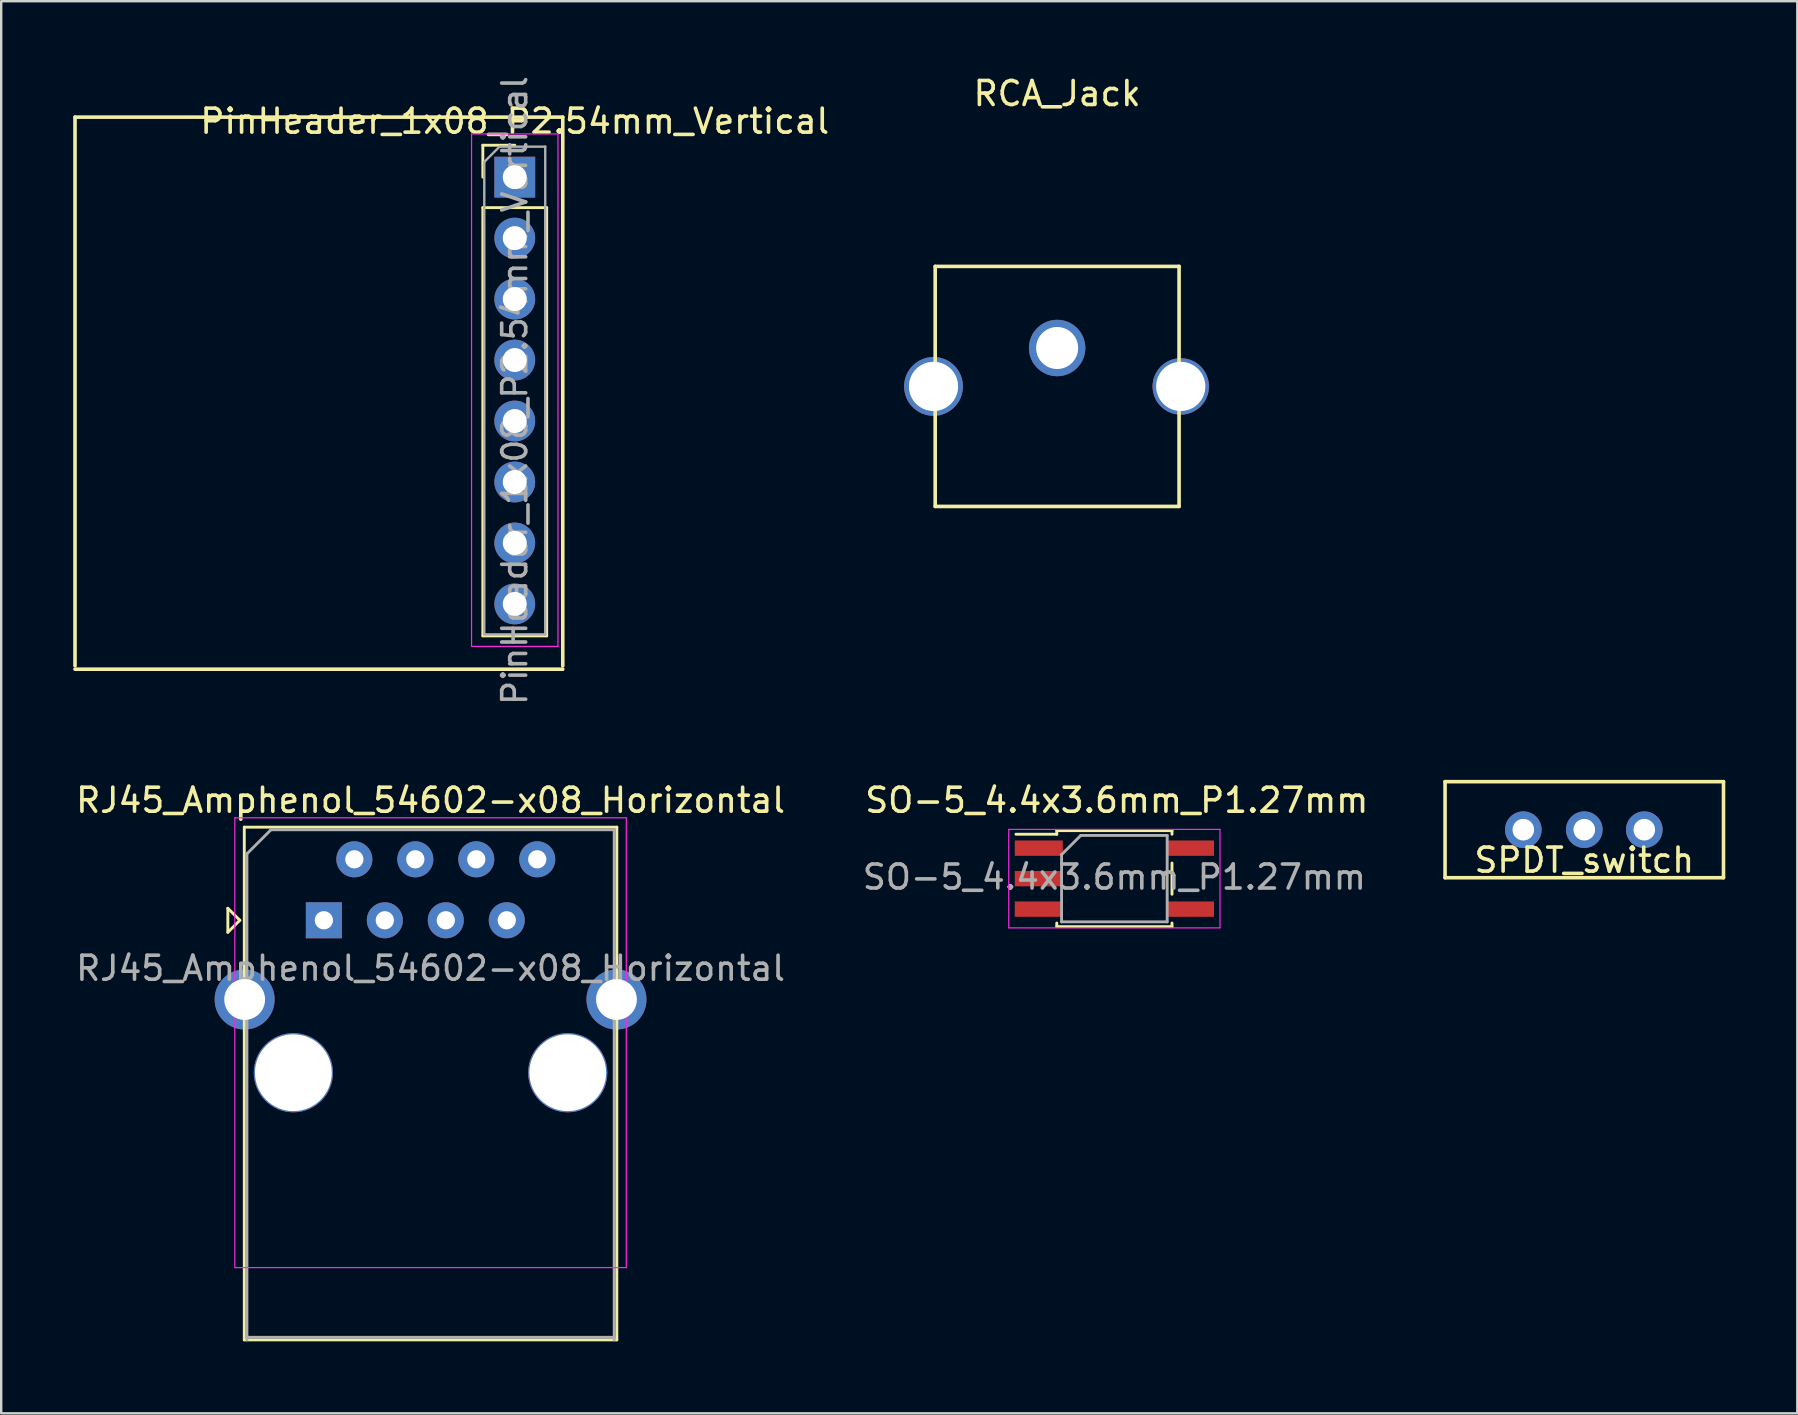
<source format=kicad_pcb>
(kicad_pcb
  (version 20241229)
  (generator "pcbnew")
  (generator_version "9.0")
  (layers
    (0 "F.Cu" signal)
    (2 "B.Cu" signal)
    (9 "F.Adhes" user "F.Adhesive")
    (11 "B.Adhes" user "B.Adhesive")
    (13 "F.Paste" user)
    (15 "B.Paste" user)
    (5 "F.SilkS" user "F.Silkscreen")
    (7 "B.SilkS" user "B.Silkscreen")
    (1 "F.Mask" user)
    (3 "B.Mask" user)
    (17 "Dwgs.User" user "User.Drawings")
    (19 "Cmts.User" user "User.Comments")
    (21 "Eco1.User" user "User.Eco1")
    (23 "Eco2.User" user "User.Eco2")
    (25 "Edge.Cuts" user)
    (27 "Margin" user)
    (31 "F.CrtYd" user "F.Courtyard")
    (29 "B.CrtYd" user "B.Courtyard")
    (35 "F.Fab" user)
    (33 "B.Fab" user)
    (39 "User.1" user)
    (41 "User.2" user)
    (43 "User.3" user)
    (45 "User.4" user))
  (footprint "SPDT_switch"
    (layer "F.Cu")
    (at 62.951 31.515)
    (property "Reference" "SPDT_switch" (at 0 1.27 0) (layer "F.SilkS") (effects (font (size 1 1) (thickness 0.15))))
    (attr through_hole)
    (fp_line (start -5.8 -2) (end -5.8 2) (stroke (width 0.15) (type solid)) (layer "F.SilkS"))
    (fp_line (start -5.8 -2) (end 5.8 -2) (stroke (width 0.15) (type solid)) (layer "F.SilkS"))
    (fp_line (start -5.8 2) (end 5.8 2) (stroke (width 0.15) (type solid)) (layer "F.SilkS"))
    (fp_line (start 5.8 -2) (end 5.8 2) (stroke (width 0.15) (type solid)) (layer "F.SilkS"))
    (pad "1" thru_hole circle (at -2.54 0) (size 1.524 1.524) (drill 0.9) (layers "*.Cu" "*.Mask"))
    (pad "2" thru_hole circle (at 0 0) (size 1.524 1.524) (drill 0.9) (layers "*.Cu" "*.Mask"))
    (pad "3" thru_hole circle (at 2.5 0) (size 1.524 1.524) (drill 0.9) (layers "*.Cu" "*.Mask")))
  (footprint "RCA_Jack"
    (layer "F.Cu")
    (at 40.99 13.048)
    (property "Reference" "RCA_Jack" (at 0 -12.2 0) (layer "F.SilkS") (effects (font (size 1 1) (thickness 0.15))))
    (attr through_hole)
    (fp_line (start -5.08 -5) (end -5.08 5) (stroke (width 0.15) (type solid)) (layer "F.SilkS"))
    (fp_line (start -5.08 5) (end 5.08 5) (stroke (width 0.15) (type solid)) (layer "F.SilkS"))
    (fp_line (start 5.08 -5) (end -5.08 -5) (stroke (width 0.15) (type solid)) (layer "F.SilkS"))
    (fp_line (start 5.08 5) (end 5.08 -5) (stroke (width 0.15) (type solid)) (layer "F.SilkS"))
    (pad "1" thru_hole circle (at 0 -1.6) (size 2.35 2.35) (drill 1.75) (layers "*.Cu" "*.Mask"))
    (pad "2" thru_hole circle (at -5.15 0) (size 2.45 2.45) (drill 2.05) (layers "*.Cu" "*.Mask"))
    (pad "2" thru_hole circle (at 5.15 0) (size 2.35 2.35) (drill 2.05) (layers "*.Cu" "*.Mask")))
  (footprint "PinHeader_1x08_P2.54mm_Vertical"
    (layer "F.Cu")
    (at 20.395 2.33)
    (property "Reference" "PinHeader_1x08_P2.54mm_Vertical" (at -2 -0.33 0) (layer "F.SilkS") (effects (font (size 1 1) (thickness 0.15))))
    (attr through_hole)
    (fp_line (start -20.32 -0.5) (end -20.32 22.36) (stroke (width 0.15) (type solid)) (layer "F.SilkS"))
    (fp_line (start -20.32 -0.5) (end 0 -0.5) (stroke (width 0.15) (type solid)) (layer "F.SilkS"))
    (fp_line (start -20.32 22.5) (end 0 22.5) (stroke (width 0.15) (type solid)) (layer "F.SilkS"))
    (fp_line (start -3.33 0.67) (end -2 0.67) (stroke (width 0.12) (type solid)) (layer "F.SilkS"))
    (fp_line (start -3.33 2) (end -3.33 0.67) (stroke (width 0.12) (type solid)) (layer "F.SilkS"))
    (fp_line (start -3.33 3.27) (end -3.33 21.11) (stroke (width 0.12) (type solid)) (layer "F.SilkS"))
    (fp_line (start -3.33 3.27) (end -0.67 3.27) (stroke (width 0.12) (type solid)) (layer "F.SilkS"))
    (fp_line (start -3.33 21.11) (end -0.67 21.11) (stroke (width 0.12) (type solid)) (layer "F.SilkS"))
    (fp_line (start -0.67 3.27) (end -0.67 21.11) (stroke (width 0.12) (type solid)) (layer "F.SilkS"))
    (fp_line (start 0 -0.5) (end 0 22.36) (stroke (width 0.15) (type solid)) (layer "F.SilkS"))
    (fp_line (start -3.8 0.2) (end -3.8 21.55) (stroke (width 0.05) (type solid)) (layer "F.CrtYd"))
    (fp_line (start -3.8 21.55) (end -0.2 21.55) (stroke (width 0.05) (type solid)) (layer "F.CrtYd"))
    (fp_line (start -0.2 0.2) (end -3.8 0.2) (stroke (width 0.05) (type solid)) (layer "F.CrtYd"))
    (fp_line (start -0.2 21.55) (end -0.2 0.2) (stroke (width 0.05) (type solid)) (layer "F.CrtYd"))
    (fp_line (start -3.27 1.365) (end -2.635 0.73) (stroke (width 0.1) (type solid)) (layer "F.Fab"))
    (fp_line (start -3.27 21.05) (end -3.27 1.365) (stroke (width 0.1) (type solid)) (layer "F.Fab"))
    (fp_line (start -2.635 0.73) (end -0.73 0.73) (stroke (width 0.1) (type solid)) (layer "F.Fab"))
    (fp_line (start -0.73 0.73) (end -0.73 21.05) (stroke (width 0.1) (type solid)) (layer "F.Fab"))
    (fp_line (start -0.73 21.05) (end -3.27 21.05) (stroke (width 0.1) (type solid)) (layer "F.Fab"))
    (fp_text user "${REFERENCE}" (at -2 10.89 90) (layer "F.Fab") (effects (font (size 1 1) (thickness 0.15))))
    (pad "1" thru_hole rect (at -2 2) (size 1.7 1.7) (drill 1) (layers "*.Cu" "*.Mask"))
    (pad "2" thru_hole oval (at -2 4.54) (size 1.7 1.7) (drill 1) (layers "*.Cu" "*.Mask"))
    (pad "3" thru_hole oval (at -2 7.08) (size 1.7 1.7) (drill 1) (layers "*.Cu" "*.Mask"))
    (pad "4" thru_hole oval (at -2 9.62) (size 1.7 1.7) (drill 1) (layers "*.Cu" "*.Mask"))
    (pad "5" thru_hole oval (at -2 12.16) (size 1.7 1.7) (drill 1) (layers "*.Cu" "*.Mask"))
    (pad "6" thru_hole oval (at -2 14.7) (size 1.7 1.7) (drill 1) (layers "*.Cu" "*.Mask"))
    (pad "7" thru_hole oval (at -2 17.24) (size 1.7 1.7) (drill 1) (layers "*.Cu" "*.Mask"))
    (pad "8" thru_hole oval (at -2 19.78) (size 1.7 1.7) (drill 1) (layers "*.Cu" "*.Mask")))
  (footprint "SO-5_4.4x3.6mm_P1.27mm"
    (layer "F.Cu")
    (at 43.375 33.554)
    (property "Reference" "SO-5_4.4x3.6mm_P1.27mm" (at 0.1 -3.265 0) (layer "F.SilkS") (effects (font (size 1 1) (thickness 0.15))))
    (attr smd)
    (fp_line (start -2.4 -2) (end 2.4 -2) (stroke (width 0.12) (type solid)) (layer "F.SilkS"))
    (fp_line (start -2.4 -1.85) (end -4.1 -1.85) (stroke (width 0.12) (type solid)) (layer "F.SilkS"))
    (fp_line (start -2.4 -1.85) (end -2.4 -2) (stroke (width 0.12) (type solid)) (layer "F.SilkS"))
    (fp_line (start -2.4 2) (end -2.4 1.85) (stroke (width 0.12) (type solid)) (layer "F.SilkS"))
    (fp_line (start 2.4 -2) (end 2.4 -1.85) (stroke (width 0.12) (type solid)) (layer "F.SilkS"))
    (fp_line (start 2.4 0.65) (end 2.4 -0.65) (stroke (width 0.12) (type solid)) (layer "F.SilkS"))
    (fp_line (start 2.4 1.85) (end 2.4 2) (stroke (width 0.12) (type solid)) (layer "F.SilkS"))
    (fp_line (start 2.4 2) (end -2.4 2) (stroke (width 0.12) (type solid)) (layer "F.SilkS"))
    (fp_line (start -4.4 -2.05) (end -4.4 2.05) (stroke (width 0.05) (type solid)) (layer "F.CrtYd"))
    (fp_line (start -4.4 -2.05) (end 4.4 -2.05) (stroke (width 0.05) (type solid)) (layer "F.CrtYd"))
    (fp_line (start 4.4 2.05) (end -4.4 2.05) (stroke (width 0.05) (type solid)) (layer "F.CrtYd"))
    (fp_line (start 4.4 2.05) (end 4.4 -2.05) (stroke (width 0.05) (type solid)) (layer "F.CrtYd"))
    (fp_line (start -2.2 -1) (end -1.4 -1.8) (stroke (width 0.12) (type solid)) (layer "F.Fab"))
    (fp_line (start -2.2 1.8) (end -2.2 -1) (stroke (width 0.12) (type solid)) (layer "F.Fab"))
    (fp_line (start -1.4 -1.8) (end 2.2 -1.8) (stroke (width 0.12) (type solid)) (layer "F.Fab"))
    (fp_line (start 2.2 -1.8) (end 2.2 1.8) (stroke (width 0.12) (type solid)) (layer "F.Fab"))
    (fp_line (start 2.2 1.8) (end -2.2 1.8) (stroke (width 0.12) (type solid)) (layer "F.Fab"))
    (fp_text user "${REFERENCE}" (at 0 -0.065 0) (layer "F.Fab") (effects (font (size 1 1) (thickness 0.15))))
    (pad "1" smd rect (at -3.15 -1.27) (size 2 0.64) (layers "F.Cu" "F.Mask" "F.Paste"))
    (pad "2" smd rect (at -3.15 0) (size 2 0.64) (layers "F.Cu" "F.Mask" "F.Paste"))
    (pad "3" smd rect (at -3.15 1.27) (size 2 0.64) (layers "F.Cu" "F.Mask" "F.Paste"))
    (pad "4" smd rect (at 3.15 1.27) (size 2 0.64) (layers "F.Cu" "F.Mask" "F.Paste"))
    (pad "5" smd rect (at 3.15 -1.27) (size 2 0.64) (layers "F.Cu" "F.Mask" "F.Paste")))
  (footprint "RJ45_Amphenol_54602-x08_Horizontal"
    (layer "F.Cu")
    (at 10.442 35.289)
    (property "Reference" "RJ45_Amphenol_54602-x08_Horizontal" (at 4.445 -5 0) (layer "F.SilkS") (effects (font (size 1 1) (thickness 0.15))))
    (attr through_hole)
    (fp_line (start -4 -0.5) (end -4 0.5) (stroke (width 0.12) (type solid)) (layer "F.SilkS"))
    (fp_line (start -4 0.5) (end -3.5 0) (stroke (width 0.12) (type solid)) (layer "F.SilkS"))
    (fp_line (start -3.5 0) (end -4 -0.5) (stroke (width 0.12) (type solid)) (layer "F.SilkS"))
    (fp_line (start -3.315 -3.88) (end -3.315 17.48) (stroke (width 0.12) (type solid)) (layer "F.SilkS"))
    (fp_line (start -3.315 17.48) (end 12.205 17.48) (stroke (width 0.12) (type solid)) (layer "F.SilkS"))
    (fp_line (start 12.205 -3.88) (end -3.315 -3.88) (stroke (width 0.12) (type solid)) (layer "F.SilkS"))
    (fp_line (start 12.205 -3.88) (end 12.205 17.48) (stroke (width 0.12) (type solid)) (layer "F.SilkS"))
    (fp_line (start -3.71 -4.27) (end -3.71 14.47) (stroke (width 0.05) (type solid)) (layer "F.CrtYd"))
    (fp_line (start -3.71 -4.27) (end 12.6 -4.27) (stroke (width 0.05) (type solid)) (layer "F.CrtYd"))
    (fp_line (start 12.6 14.47) (end -3.71 14.47) (stroke (width 0.05) (type solid)) (layer "F.CrtYd"))
    (fp_line (start 12.6 14.47) (end 12.6 -4.27) (stroke (width 0.05) (type solid)) (layer "F.CrtYd"))
    (fp_line (start -3.205 -2.77) (end -2.205 -3.77) (stroke (width 0.12) (type solid)) (layer "F.Fab"))
    (fp_line (start -3.205 17.48) (end -3.205 -2.77) (stroke (width 0.12) (type solid)) (layer "F.Fab"))
    (fp_line (start -2.205 -3.77) (end 12.095 -3.77) (stroke (width 0.12) (type solid)) (layer "F.Fab"))
    (fp_line (start 12.095 -3.77) (end 12.095 17.48) (stroke (width 0.12) (type solid)) (layer "F.Fab"))
    (fp_line (start 12.095 17.372) (end -3.205 17.372) (stroke (width 0.12) (type solid)) (layer "F.Fab"))
    (fp_text user "${REFERENCE}" (at 4.445 2 0) (layer "F.Fab") (effects (font (size 1 1) (thickness 0.15))))
    (pad "" np_thru_hole circle (at -1.27 6.35) (size 3.3 3.3) (drill 3.2) (layers "*.Cu" "*.Mask"))
    (pad "" np_thru_hole circle (at 10.16 6.35) (size 3.3 3.3) (drill 3.2) (layers "*.Cu" "*.Mask"))
    (pad "1" thru_hole rect (at 0 0) (size 1.5 1.5) (drill 0.76) (layers "*.Cu" "*.Mask"))
    (pad "2" thru_hole circle (at 1.27 -2.54) (size 1.5 1.5) (drill 0.76) (layers "*.Cu" "*.Mask"))
    (pad "3" thru_hole circle (at 2.54 0) (size 1.5 1.5) (drill 0.76) (layers "*.Cu" "*.Mask"))
    (pad "4" thru_hole circle (at 3.81 -2.54) (size 1.5 1.5) (drill 0.76) (layers "*.Cu" "*.Mask"))
    (pad "5" thru_hole circle (at 5.08 0) (size 1.5 1.5) (drill 0.76) (layers "*.Cu" "*.Mask"))
    (pad "6" thru_hole circle (at 6.35 -2.54) (size 1.5 1.5) (drill 0.76) (layers "*.Cu" "*.Mask"))
    (pad "7" thru_hole circle (at 7.62 0) (size 1.5 1.5) (drill 0.76) (layers "*.Cu" "*.Mask"))
    (pad "8" thru_hole circle (at 8.89 -2.54) (size 1.5 1.5) (drill 0.76) (layers "*.Cu" "*.Mask"))
    (pad "9" thru_hole circle (at -3.3 3.3) (size 2.5 2.5) (drill 1.7) (layers "*.Cu" "*.Mask"))
    (pad "10" thru_hole circle (at 12.19 3.3) (size 2.5 2.5) (drill 1.7) (layers "*.Cu" "*.Mask")))
  (gr_rect
    (start -3 -3)
    (end 71.826 55.829)
    (stroke (width 0.1) (type default))
    (fill no)
    (layer "Edge.Cuts")))
</source>
